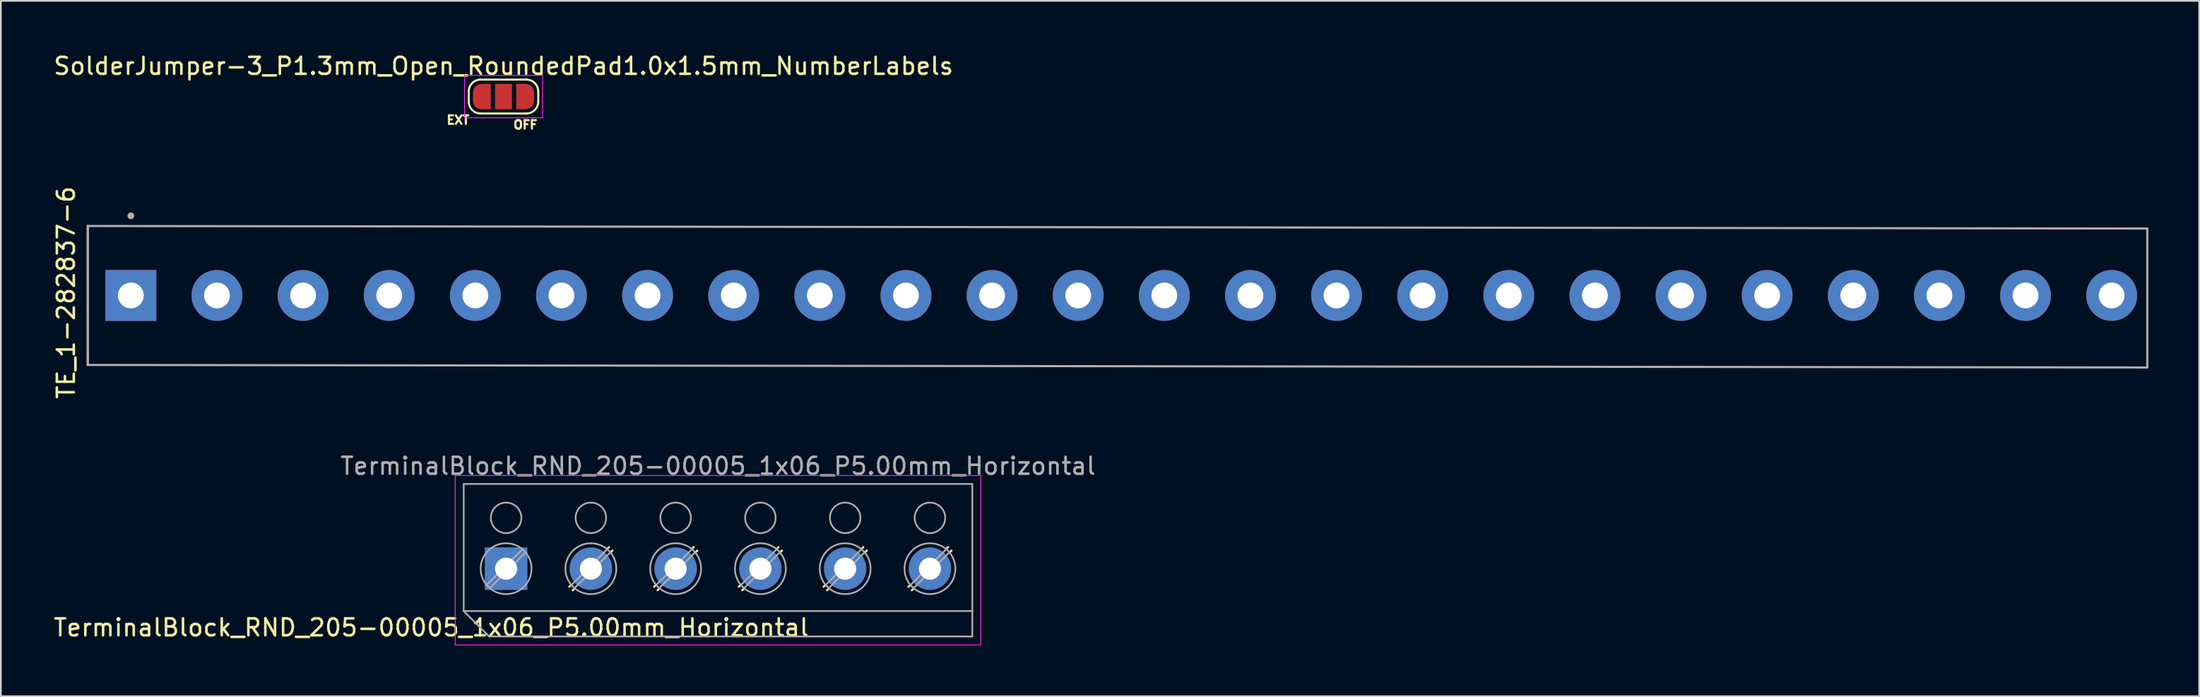
<source format=kicad_pcb>
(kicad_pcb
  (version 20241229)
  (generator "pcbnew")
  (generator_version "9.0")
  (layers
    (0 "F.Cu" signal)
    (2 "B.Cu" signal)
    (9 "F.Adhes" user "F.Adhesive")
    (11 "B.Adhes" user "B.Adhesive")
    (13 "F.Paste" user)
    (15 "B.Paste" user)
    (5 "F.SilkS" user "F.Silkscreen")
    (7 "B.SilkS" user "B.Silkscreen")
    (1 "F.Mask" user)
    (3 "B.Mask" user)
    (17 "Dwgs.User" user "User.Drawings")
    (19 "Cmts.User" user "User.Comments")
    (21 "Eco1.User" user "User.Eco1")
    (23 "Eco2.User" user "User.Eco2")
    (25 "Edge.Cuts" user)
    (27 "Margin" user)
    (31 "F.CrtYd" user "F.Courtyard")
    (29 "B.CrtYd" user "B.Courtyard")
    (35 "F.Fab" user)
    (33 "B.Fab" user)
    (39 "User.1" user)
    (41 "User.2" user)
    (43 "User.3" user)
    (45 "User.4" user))
  (footprint "SolderJumper-3_P1.3mm_Open_RoundedPad1.0x1.5mm_NumberLabels"
    (layer "F.Cu")
    (at 26.649 2.648)
    (property "Reference" "SolderJumper-3_P1.3mm_Open_RoundedPad1.0x1.5mm_NumberLabels" (at 0 -1.8 0) (layer "F.SilkS") (effects (font (size 1 1) (thickness 0.15))))
    (attr exclude_from_pos_files)
    (fp_line (start -2.05 0.3) (end -2.05 -0.3) (stroke (width 0.12) (type solid)) (layer "F.SilkS"))
    (fp_line (start -1.4 -1) (end 1.4 -1) (stroke (width 0.12) (type solid)) (layer "F.SilkS"))
    (fp_line (start 1.4 1) (end -1.4 1) (stroke (width 0.12) (type solid)) (layer "F.SilkS"))
    (fp_line (start 2.05 -0.3) (end 2.05 0.3) (stroke (width 0.12) (type solid)) (layer "F.SilkS"))
    (fp_arc (start -2.05 -0.3) (mid -1.844975 -0.794975) (end -1.35 -1) (stroke (width 0.12) (type solid)) (layer "F.SilkS"))
    (fp_arc (start -1.35 1) (mid -1.844975 0.794975) (end -2.05 0.3) (stroke (width 0.12) (type solid)) (layer "F.SilkS"))
    (fp_arc (start 1.35 -1) (mid 1.844975 -0.794975) (end 2.05 -0.3) (stroke (width 0.12) (type solid)) (layer "F.SilkS"))
    (fp_arc (start 2.05 0.3) (mid 1.844975 0.794975) (end 1.35 1) (stroke (width 0.12) (type solid)) (layer "F.SilkS"))
    (fp_line (start -2.3 -1.25) (end -2.3 1.25) (stroke (width 0.05) (type solid)) (layer "F.CrtYd"))
    (fp_line (start -2.3 -1.25) (end 2.3 -1.25) (stroke (width 0.05) (type solid)) (layer "F.CrtYd"))
    (fp_line (start 2.3 1.25) (end -2.3 1.25) (stroke (width 0.05) (type solid)) (layer "F.CrtYd"))
    (fp_line (start 2.3 1.25) (end 2.3 -1.25) (stroke (width 0.05) (type solid)) (layer "F.CrtYd"))
    (fp_text user "EXT" (at -2.683 1.385 0) (unlocked yes) (layer "F.SilkS") (effects (font (size 0.5 0.5) (thickness 0.125))))
    (fp_text user "OFF" (at 1.295 1.667 0) (unlocked yes) (layer "F.SilkS") (effects (font (size 0.5 0.5) (thickness 0.125))))
    (pad "1" smd custom (at -1.3 0) (size 1 0.5) (layers "F.Cu" "F.Mask") (options (anchor rect)) (primitives (gr_circle (center 0 0.25) (end 0.5 0.25) (width 0) (fill yes)) (gr_circle (center 0 -0.25) (end 0.5 -0.25) (width 0) (fill yes)) (gr_poly (pts (xy 0.55 0.75) (xy 0 0.75) (xy 0 -0.75) (xy 0.55 -0.75)) (width 0) (fill yes))))
    (pad "2" smd rect (at 0 0) (size 1 1.5) (layers "F.Cu" "F.Mask"))
    (pad "3" smd custom (at 1.3 0) (size 1 0.5) (layers "F.Cu" "F.Mask") (options (anchor rect)) (primitives (gr_circle (center 0 0.25) (end 0.5 0.25) (width 0) (fill yes)) (gr_circle (center 0 -0.25) (end 0.5 -0.25) (width 0) (fill yes)) (gr_poly (pts (xy 0 0.75) (xy -0.55 0.75) (xy -0.55 -0.75) (xy 0 -0.75)) (width 0) (fill yes)))))
  (footprint "TE_1-282837-6"
    (layer "F.Cu")
    (at 42.768 14.386)
    (property "Reference" "TE_1-282837-6" (at -41.92 -0.172 90) (layer "F.SilkS") (effects (font (size 1 1) (thickness 0.15))))
    (attr through_hole)
    (fp_line (start -40.64 4.1) (end -40.64 -4.1) (stroke (width 0.127) (type solid)) (layer "B.SilkS"))
    (fp_line (start -40.64 -4.1) (end 80.84 -3.95) (stroke (width 0.127) (type solid)) (layer "F.Fab"))
    (fp_line (start -40.64 4.1) (end -40.64 -4.1) (stroke (width 0.127) (type solid)) (layer "F.Fab"))
    (fp_line (start 80.84 -3.95) (end 80.84 4.25) (stroke (width 0.127) (type solid)) (layer "F.Fab"))
    (fp_line (start 80.84 4.25) (end -40.64 4.1) (stroke (width 0.127) (type solid)) (layer "F.Fab"))
    (fp_circle (center -38.1 -4.7) (end -38 -4.7) (stroke (width 0.2) (type solid)) (fill no) (layer "F.Fab"))
    (pad "1" thru_hole rect (at -38.1 0) (size 3 3) (drill 1.52) (layers "*.Cu" "*.Mask"))
    (pad "2" thru_hole circle (at -33.02 0) (size 3 3) (drill 1.52) (layers "*.Cu" "*.Mask"))
    (pad "3" thru_hole circle (at -27.94 0) (size 3 3) (drill 1.52) (layers "*.Cu" "*.Mask"))
    (pad "4" thru_hole circle (at -22.86 0) (size 3 3) (drill 1.52) (layers "*.Cu" "*.Mask"))
    (pad "5" thru_hole circle (at -17.78 0) (size 3 3) (drill 1.52) (layers "*.Cu" "*.Mask"))
    (pad "6" thru_hole circle (at -12.7 0) (size 3 3) (drill 1.52) (layers "*.Cu" "*.Mask"))
    (pad "7" thru_hole circle (at -7.62 0) (size 3 3) (drill 1.52) (layers "*.Cu" "*.Mask"))
    (pad "8" thru_hole circle (at -2.54 0) (size 3 3) (drill 1.52) (layers "*.Cu" "*.Mask"))
    (pad "9" thru_hole circle (at 2.54 0) (size 3 3) (drill 1.52) (layers "*.Cu" "*.Mask"))
    (pad "10" thru_hole circle (at 7.62 0) (size 3 3) (drill 1.52) (layers "*.Cu" "*.Mask"))
    (pad "11" thru_hole circle (at 12.7 0) (size 3 3) (drill 1.52) (layers "*.Cu" "*.Mask"))
    (pad "12" thru_hole circle (at 17.78 0) (size 3 3) (drill 1.52) (layers "*.Cu" "*.Mask"))
    (pad "13" thru_hole circle (at 22.86 0) (size 3 3) (drill 1.52) (layers "*.Cu" "*.Mask"))
    (pad "14" thru_hole circle (at 27.94 0) (size 3 3) (drill 1.52) (layers "*.Cu" "*.Mask"))
    (pad "15" thru_hole circle (at 33.02 0) (size 3 3) (drill 1.52) (layers "*.Cu" "*.Mask"))
    (pad "16" thru_hole circle (at 38.1 0) (size 3 3) (drill 1.52) (layers "*.Cu" "*.Mask"))
    (pad "17" thru_hole circle (at 43.18 0) (size 3 3) (drill 1.52) (layers "*.Cu" "*.Mask"))
    (pad "18" thru_hole circle (at 48.26 0) (size 3 3) (drill 1.52) (layers "*.Cu" "*.Mask"))
    (pad "19" thru_hole circle (at 53.34 0) (size 3 3) (drill 1.52) (layers "*.Cu" "*.Mask"))
    (pad "20" thru_hole circle (at 58.42 0) (size 3 3) (drill 1.52) (layers "*.Cu" "*.Mask"))
    (pad "21" thru_hole circle (at 63.5 0) (size 3 3) (drill 1.52) (layers "*.Cu" "*.Mask"))
    (pad "22" thru_hole circle (at 68.58 0) (size 3 3) (drill 1.52) (layers "*.Cu" "*.Mask"))
    (pad "23" thru_hole circle (at 73.66 0) (size 3 3) (drill 1.52) (layers "*.Cu" "*.Mask"))
    (pad "24" thru_hole circle (at 78.74 0) (size 3 3) (drill 1.52) (layers "*.Cu" "*.Mask")))
  (footprint "TerminalBlock_RND_205-00005_1x06_P5.00mm_Horizontal"
    (layer "F.Cu")
    (at 26.803 30.509)
    (property "Reference" "TerminalBlock_RND_205-00005_1x06_P5.00mm_Horizontal" (at -4.416 3.474 180) (layer "F.SilkS") (effects (font (size 1 1) (thickness 0.15))))
    (attr through_hole)
    (fp_line (start 3.82 0.976) (end 3.726 1.069) (stroke (width 0.12) (type solid)) (layer "F.SilkS"))
    (fp_line (start 3.99 1.216) (end 3.931 1.274) (stroke (width 0.12) (type solid)) (layer "F.SilkS"))
    (fp_line (start 6.07 -1.275) (end 6.011 -1.216) (stroke (width 0.12) (type solid)) (layer "F.SilkS"))
    (fp_line (start 6.275 -1.069) (end 6.181 -0.976) (stroke (width 0.12) (type solid)) (layer "F.SilkS"))
    (fp_line (start 8.82 0.976) (end 8.726 1.069) (stroke (width 0.12) (type solid)) (layer "F.SilkS"))
    (fp_line (start 8.99 1.216) (end 8.931 1.274) (stroke (width 0.12) (type solid)) (layer "F.SilkS"))
    (fp_line (start 11.07 -1.275) (end 11.011 -1.216) (stroke (width 0.12) (type solid)) (layer "F.SilkS"))
    (fp_line (start 11.275 -1.069) (end 11.181 -0.976) (stroke (width 0.12) (type solid)) (layer "F.SilkS"))
    (fp_line (start 13.82 0.976) (end 13.726 1.069) (stroke (width 0.12) (type solid)) (layer "F.SilkS"))
    (fp_line (start 13.99 1.216) (end 13.931 1.274) (stroke (width 0.12) (type solid)) (layer "F.SilkS"))
    (fp_line (start 16.07 -1.275) (end 16.011 -1.216) (stroke (width 0.12) (type solid)) (layer "F.SilkS"))
    (fp_line (start 16.275 -1.069) (end 16.181 -0.976) (stroke (width 0.12) (type solid)) (layer "F.SilkS"))
    (fp_line (start 18.82 0.976) (end 18.726 1.069) (stroke (width 0.12) (type solid)) (layer "F.SilkS"))
    (fp_line (start 18.99 1.216) (end 18.931 1.274) (stroke (width 0.12) (type solid)) (layer "F.SilkS"))
    (fp_line (start 21.07 -1.275) (end 21.011 -1.216) (stroke (width 0.12) (type solid)) (layer "F.SilkS"))
    (fp_line (start 21.275 -1.069) (end 21.181 -0.976) (stroke (width 0.12) (type solid)) (layer "F.SilkS"))
    (fp_line (start 23.82 0.976) (end 23.726 1.069) (stroke (width 0.12) (type solid)) (layer "F.SilkS"))
    (fp_line (start 23.99 1.216) (end 23.931 1.274) (stroke (width 0.12) (type solid)) (layer "F.SilkS"))
    (fp_line (start 26.07 -1.275) (end 26.011 -1.216) (stroke (width 0.12) (type solid)) (layer "F.SilkS"))
    (fp_line (start 26.275 -1.069) (end 26.181 -0.976) (stroke (width 0.12) (type solid)) (layer "F.SilkS"))
    (fp_line (start -3 -5.5) (end -3 4.5) (stroke (width 0.05) (type solid)) (layer "F.CrtYd"))
    (fp_line (start -3 4.5) (end 28 4.5) (stroke (width 0.05) (type solid)) (layer "F.CrtYd"))
    (fp_line (start 28 -5.5) (end -3 -5.5) (stroke (width 0.05) (type solid)) (layer "F.CrtYd"))
    (fp_line (start 28 4.5) (end 28 -5.5) (stroke (width 0.05) (type solid)) (layer "F.CrtYd"))
    (fp_line (start -2.5 -5) (end 27.5 -5) (stroke (width 0.1) (type solid)) (layer "F.Fab"))
    (fp_line (start -2.5 2.5) (end -2.5 -5) (stroke (width 0.1) (type solid)) (layer "F.Fab"))
    (fp_line (start -2.5 2.5) (end 27.5 2.5) (stroke (width 0.1) (type solid)) (layer "F.Fab"))
    (fp_line (start -1 4) (end -2.5 2.5) (stroke (width 0.1) (type solid)) (layer "F.Fab"))
    (fp_line (start 0.955 -1.138) (end -1.138 0.955) (stroke (width 0.1) (type solid)) (layer "F.Fab"))
    (fp_line (start 1.138 -0.955) (end -0.955 1.138) (stroke (width 0.1) (type solid)) (layer "F.Fab"))
    (fp_line (start 5.955 -1.138) (end 3.863 0.955) (stroke (width 0.1) (type solid)) (layer "F.Fab"))
    (fp_line (start 6.138 -0.955) (end 4.046 1.138) (stroke (width 0.1) (type solid)) (layer "F.Fab"))
    (fp_line (start 10.955 -1.138) (end 8.863 0.955) (stroke (width 0.1) (type solid)) (layer "F.Fab"))
    (fp_line (start 11.138 -0.955) (end 9.046 1.138) (stroke (width 0.1) (type solid)) (layer "F.Fab"))
    (fp_line (start 15.955 -1.138) (end 13.863 0.955) (stroke (width 0.1) (type solid)) (layer "F.Fab"))
    (fp_line (start 16.138 -0.955) (end 14.046 1.138) (stroke (width 0.1) (type solid)) (layer "F.Fab"))
    (fp_line (start 20.955 -1.138) (end 18.863 0.955) (stroke (width 0.1) (type solid)) (layer "F.Fab"))
    (fp_line (start 21.138 -0.955) (end 19.046 1.138) (stroke (width 0.1) (type solid)) (layer "F.Fab"))
    (fp_line (start 25.955 -1.138) (end 23.863 0.955) (stroke (width 0.1) (type solid)) (layer "F.Fab"))
    (fp_line (start 26.138 -0.955) (end 24.046 1.138) (stroke (width 0.1) (type solid)) (layer "F.Fab"))
    (fp_line (start 27.5 -5) (end 27.5 4) (stroke (width 0.1) (type solid)) (layer "F.Fab"))
    (fp_line (start 27.5 4) (end -1 4) (stroke (width 0.1) (type solid)) (layer "F.Fab"))
    (fp_circle (center 0 -3) (end 0.9 -3) (stroke (width 0.1) (type solid)) (fill no) (layer "F.Fab"))
    (fp_circle (center 0 0) (end 1.5 0) (stroke (width 0.1) (type solid)) (fill no) (layer "F.Fab"))
    (fp_circle (center 5 -3) (end 5.9 -3) (stroke (width 0.1) (type solid)) (fill no) (layer "F.Fab"))
    (fp_circle (center 5 0) (end 6.5 0) (stroke (width 0.1) (type solid)) (fill no) (layer "F.Fab"))
    (fp_circle (center 10 -3) (end 10.9 -3) (stroke (width 0.1) (type solid)) (fill no) (layer "F.Fab"))
    (fp_circle (center 10 0) (end 11.5 0) (stroke (width 0.1) (type solid)) (fill no) (layer "F.Fab"))
    (fp_circle (center 15 -3) (end 15.9 -3) (stroke (width 0.1) (type solid)) (fill no) (layer "F.Fab"))
    (fp_circle (center 15 0) (end 16.5 0) (stroke (width 0.1) (type solid)) (fill no) (layer "F.Fab"))
    (fp_circle (center 20 -3) (end 20.9 -3) (stroke (width 0.1) (type solid)) (fill no) (layer "F.Fab"))
    (fp_circle (center 20 0) (end 21.5 0) (stroke (width 0.1) (type solid)) (fill no) (layer "F.Fab"))
    (fp_circle (center 25 -3) (end 25.9 -3) (stroke (width 0.1) (type solid)) (fill no) (layer "F.Fab"))
    (fp_circle (center 25 0) (end 26.5 0) (stroke (width 0.1) (type solid)) (fill no) (layer "F.Fab"))
    (fp_line (start -2.8 2.56) (end -2.8 4.3) (stroke (width 0.12) (type solid)) (layer "User.8"))
    (fp_line (start -2.8 4.3) (end -1.3 4.3) (stroke (width 0.12) (type solid)) (layer "User.8"))
    (fp_line (start -2.56 -5.06) (end -2.56 4.06) (stroke (width 0.12) (type solid)) (layer "User.8"))
    (fp_line (start -2.56 -5.06) (end 27.56 -5.06) (stroke (width 0.12) (type solid)) (layer "User.8"))
    (fp_line (start -2.56 2.5) (end 27.56 2.5) (stroke (width 0.12) (type solid)) (layer "User.8"))
    (fp_line (start -2.56 4.06) (end 27.56 4.06) (stroke (width 0.12) (type solid)) (layer "User.8"))
    (fp_line (start 27.56 -5.06) (end 27.56 4.06) (stroke (width 0.12) (type solid)) (layer "User.8"))
    (fp_arc (start -1.483953 0.789089) (mid -1.680708 0.00005) (end -1.484 -0.789) (stroke (width 0.12) (type solid)) (layer "User.8"))
    (fp_arc (start -0.789089 -1.483953) (mid -0.00005 -1.680708) (end 0.789 -1.484) (stroke (width 0.12) (type solid)) (layer "User.8"))
    (fp_arc (start 0.029383 1.68045) (mid -0.392304 1.634281) (end -0.789 1.484) (stroke (width 0.12) (type solid)) (layer "User.8"))
    (fp_arc (start 0.788712 1.483352) (mid 0.406429 1.630097) (end 0 1.68) (stroke (width 0.12) (type solid)) (layer "User.8"))
    (fp_arc (start 1.483953 -0.789089) (mid 1.680707 -0.00005) (end 1.484 0.789) (stroke (width 0.12) (type solid)) (layer "User.8"))
    (fp_circle (center 0 -3) (end 0.9 -3) (stroke (width 0.12) (type solid)) (fill no) (layer "User.8"))
    (fp_circle (center 5 -3) (end 5.9 -3) (stroke (width 0.12) (type solid)) (fill no) (layer "User.8"))
    (fp_circle (center 5 0) (end 6.68 0) (stroke (width 0.12) (type solid)) (fill no) (layer "User.8"))
    (fp_circle (center 10 -3) (end 10.9 -3) (stroke (width 0.12) (type solid)) (fill no) (layer "User.8"))
    (fp_circle (center 10 0) (end 11.68 0) (stroke (width 0.12) (type solid)) (fill no) (layer "User.8"))
    (fp_circle (center 15 -3) (end 15.9 -3) (stroke (width 0.12) (type solid)) (fill no) (layer "User.8"))
    (fp_circle (center 15 0) (end 16.68 0) (stroke (width 0.12) (type solid)) (fill no) (layer "User.8"))
    (fp_circle (center 20 -3) (end 20.9 -3) (stroke (width 0.12) (type solid)) (fill no) (layer "User.8"))
    (fp_circle (center 20 0) (end 21.68 0) (stroke (width 0.12) (type solid)) (fill no) (layer "User.8"))
    (fp_circle (center 25 -3) (end 25.9 -3) (stroke (width 0.12) (type solid)) (fill no) (layer "User.8"))
    (fp_circle (center 25 0) (end 26.68 0) (stroke (width 0.12) (type solid)) (fill no) (layer "User.8"))
    (fp_text user "${REFERENCE}" (at 12.5 -6.06 180) (layer "F.Fab") (effects (font (size 1 1) (thickness 0.15))))
    (pad "1" thru_hole rect (at 0 0) (size 2.5 2.5) (drill 1.3) (layers "*.Cu" "*.Mask"))
    (pad "2" thru_hole circle (at 5 0) (size 2.5 2.5) (drill 1.3) (layers "*.Cu" "*.Mask"))
    (pad "3" thru_hole circle (at 10 0) (size 2.5 2.5) (drill 1.3) (layers "*.Cu" "*.Mask"))
    (pad "4" thru_hole circle (at 15 0) (size 2.5 2.5) (drill 1.3) (layers "*.Cu" "*.Mask"))
    (pad "5" thru_hole circle (at 20 0) (size 2.5 2.5) (drill 1.3) (layers "*.Cu" "*.Mask"))
    (pad "6" thru_hole circle (at 25 0) (size 2.5 2.5) (drill 1.3) (layers "*.Cu" "*.Mask")))
  (gr_rect
    (start -3 -3)
    (end 126.672 38.034)
    (stroke (width 0.1) (type default))
    (fill no)
    (layer "Edge.Cuts")))
</source>
